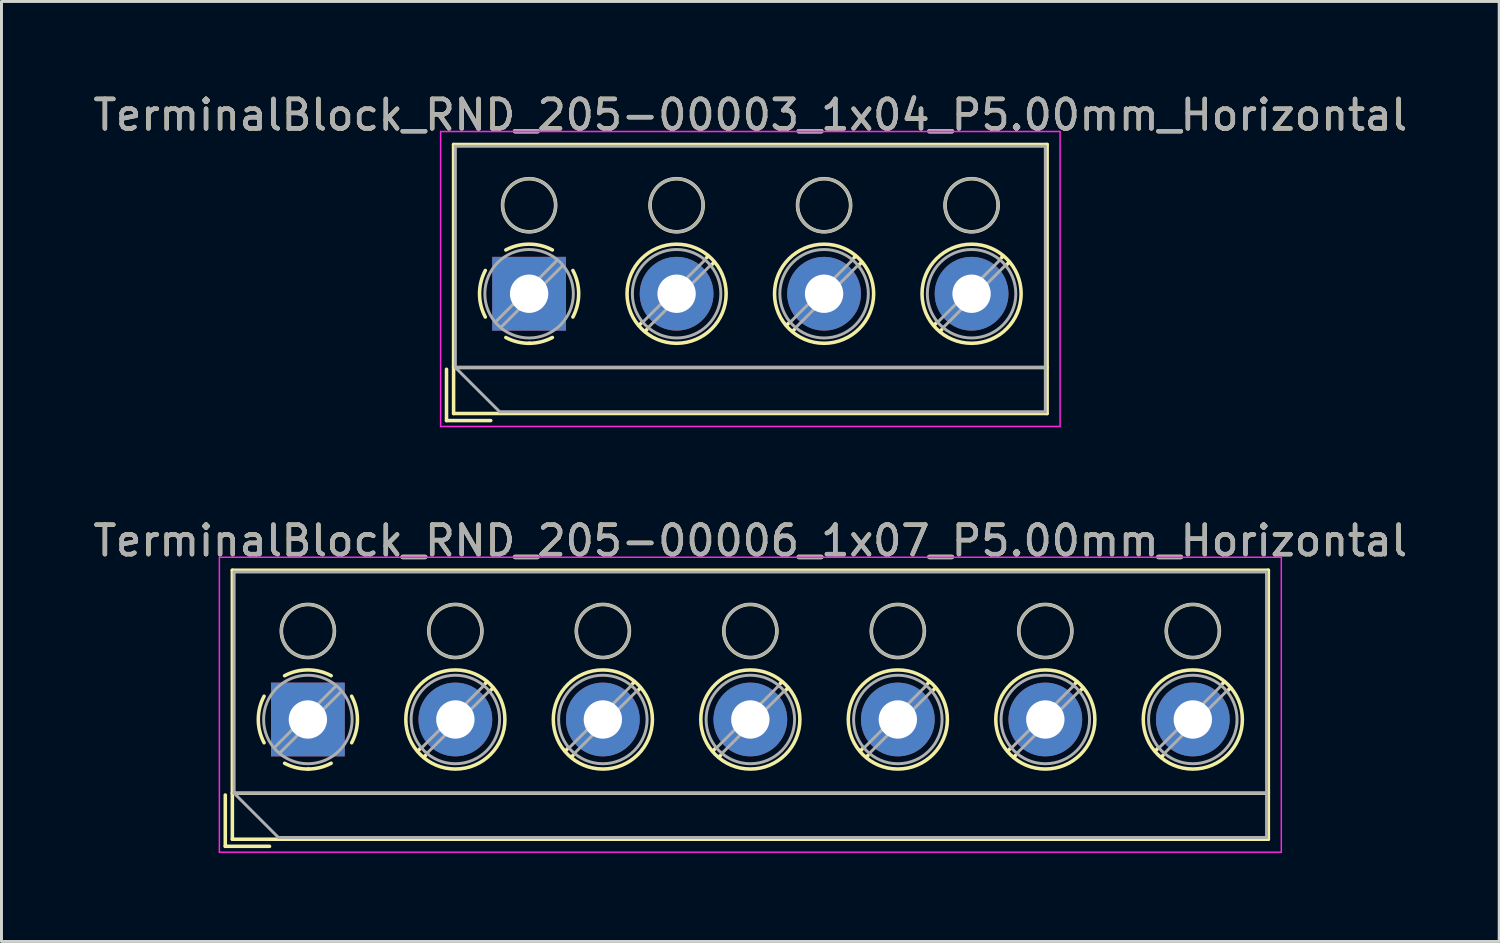
<source format=kicad_pcb>
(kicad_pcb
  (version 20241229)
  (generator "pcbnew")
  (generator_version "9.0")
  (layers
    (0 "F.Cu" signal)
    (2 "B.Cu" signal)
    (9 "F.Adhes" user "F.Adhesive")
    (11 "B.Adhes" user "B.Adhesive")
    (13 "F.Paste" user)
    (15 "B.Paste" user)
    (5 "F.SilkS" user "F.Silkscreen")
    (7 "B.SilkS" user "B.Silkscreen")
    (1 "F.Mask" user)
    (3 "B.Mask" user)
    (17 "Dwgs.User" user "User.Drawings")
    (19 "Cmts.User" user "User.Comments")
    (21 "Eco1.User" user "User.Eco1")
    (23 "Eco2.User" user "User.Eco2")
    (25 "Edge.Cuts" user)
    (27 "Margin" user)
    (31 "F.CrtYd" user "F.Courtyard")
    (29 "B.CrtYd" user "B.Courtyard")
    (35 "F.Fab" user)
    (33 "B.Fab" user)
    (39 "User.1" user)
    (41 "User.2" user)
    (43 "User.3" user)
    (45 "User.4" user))
  (footprint "TerminalBlock_RND_205-00003_1x04_P5.00mm_Horizontal"
    (layer "F.Cu")
    (at 14.887 6.908)
    (property "Reference" "TerminalBlock_RND_205-00003_1x04_P5.00mm_Horizontal" (at 7.5 -6.06 0) (layer "F.SilkS") (effects (font (size 1 1) (thickness 0.15))))
    (attr through_hole)
    (fp_line (start -2.8 2.56) (end -2.8 4.3) (stroke (width 0.12) (type solid)) (layer "F.SilkS"))
    (fp_line (start -2.8 4.3) (end -1.3 4.3) (stroke (width 0.12) (type solid)) (layer "F.SilkS"))
    (fp_line (start -2.56 -5.06) (end -2.56 4.06) (stroke (width 0.12) (type solid)) (layer "F.SilkS"))
    (fp_line (start -2.56 -5.06) (end 17.561 -5.06) (stroke (width 0.12) (type solid)) (layer "F.SilkS"))
    (fp_line (start -2.56 2.5) (end 17.561 2.5) (stroke (width 0.12) (type solid)) (layer "F.SilkS"))
    (fp_line (start -2.56 4.06) (end 17.561 4.06) (stroke (width 0.12) (type solid)) (layer "F.SilkS"))
    (fp_line (start 3.82 0.976) (end 3.726 1.069) (stroke (width 0.12) (type solid)) (layer "F.SilkS"))
    (fp_line (start 3.99 1.216) (end 3.931 1.274) (stroke (width 0.12) (type solid)) (layer "F.SilkS"))
    (fp_line (start 6.07 -1.275) (end 6.011 -1.216) (stroke (width 0.12) (type solid)) (layer "F.SilkS"))
    (fp_line (start 6.275 -1.069) (end 6.181 -0.976) (stroke (width 0.12) (type solid)) (layer "F.SilkS"))
    (fp_line (start 8.82 0.976) (end 8.726 1.069) (stroke (width 0.12) (type solid)) (layer "F.SilkS"))
    (fp_line (start 8.99 1.216) (end 8.931 1.274) (stroke (width 0.12) (type solid)) (layer "F.SilkS"))
    (fp_line (start 11.07 -1.275) (end 11.011 -1.216) (stroke (width 0.12) (type solid)) (layer "F.SilkS"))
    (fp_line (start 11.275 -1.069) (end 11.181 -0.976) (stroke (width 0.12) (type solid)) (layer "F.SilkS"))
    (fp_line (start 13.82 0.976) (end 13.726 1.069) (stroke (width 0.12) (type solid)) (layer "F.SilkS"))
    (fp_line (start 13.99 1.216) (end 13.931 1.274) (stroke (width 0.12) (type solid)) (layer "F.SilkS"))
    (fp_line (start 16.07 -1.275) (end 16.011 -1.216) (stroke (width 0.12) (type solid)) (layer "F.SilkS"))
    (fp_line (start 16.275 -1.069) (end 16.181 -0.976) (stroke (width 0.12) (type solid)) (layer "F.SilkS"))
    (fp_line (start 17.561 -5.06) (end 17.561 4.06) (stroke (width 0.12) (type solid)) (layer "F.SilkS"))
    (fp_arc (start -1.483953 0.789089) (mid -1.680708 0.00005) (end -1.484 -0.789) (stroke (width 0.12) (type solid)) (layer "F.SilkS"))
    (fp_arc (start -0.789089 -1.483953) (mid -0.00005 -1.680708) (end 0.789 -1.484) (stroke (width 0.12) (type solid)) (layer "F.SilkS"))
    (fp_arc (start 0.029383 1.68045) (mid -0.392304 1.634281) (end -0.789 1.484) (stroke (width 0.12) (type solid)) (layer "F.SilkS"))
    (fp_arc (start 0.788712 1.483352) (mid 0.406429 1.630097) (end 0 1.68) (stroke (width 0.12) (type solid)) (layer "F.SilkS"))
    (fp_arc (start 1.483953 -0.789089) (mid 1.680708 -0.00005) (end 1.484 0.789) (stroke (width 0.12) (type solid)) (layer "F.SilkS"))
    (fp_circle (center 0 -3) (end 0.9 -3) (stroke (width 0.12) (type solid)) (fill no) (layer "F.SilkS"))
    (fp_circle (center 5 -3) (end 5.9 -3) (stroke (width 0.12) (type solid)) (fill no) (layer "F.SilkS"))
    (fp_circle (center 5 0) (end 6.68 0) (stroke (width 0.12) (type solid)) (fill no) (layer "F.SilkS"))
    (fp_circle (center 10 -3) (end 10.9 -3) (stroke (width 0.12) (type solid)) (fill no) (layer "F.SilkS"))
    (fp_circle (center 10 0) (end 11.68 0) (stroke (width 0.12) (type solid)) (fill no) (layer "F.SilkS"))
    (fp_circle (center 15 -3) (end 15.9 -3) (stroke (width 0.12) (type solid)) (fill no) (layer "F.SilkS"))
    (fp_circle (center 15 0) (end 16.68 0) (stroke (width 0.12) (type solid)) (fill no) (layer "F.SilkS"))
    (fp_line (start -3 -5.5) (end -3 4.5) (stroke (width 0.05) (type solid)) (layer "F.CrtYd"))
    (fp_line (start -3 4.5) (end 18 4.5) (stroke (width 0.05) (type solid)) (layer "F.CrtYd"))
    (fp_line (start 18 -5.5) (end -3 -5.5) (stroke (width 0.05) (type solid)) (layer "F.CrtYd"))
    (fp_line (start 18 4.5) (end 18 -5.5) (stroke (width 0.05) (type solid)) (layer "F.CrtYd"))
    (fp_line (start -2.5 -5) (end 17.5 -5) (stroke (width 0.1) (type solid)) (layer "F.Fab"))
    (fp_line (start -2.5 2.5) (end -2.5 -5) (stroke (width 0.1) (type solid)) (layer "F.Fab"))
    (fp_line (start -2.5 2.5) (end 17.5 2.5) (stroke (width 0.1) (type solid)) (layer "F.Fab"))
    (fp_line (start -1 4) (end -2.5 2.5) (stroke (width 0.1) (type solid)) (layer "F.Fab"))
    (fp_line (start 0.955 -1.138) (end -1.138 0.955) (stroke (width 0.1) (type solid)) (layer "F.Fab"))
    (fp_line (start 1.138 -0.955) (end -0.955 1.138) (stroke (width 0.1) (type solid)) (layer "F.Fab"))
    (fp_line (start 5.955 -1.138) (end 3.863 0.955) (stroke (width 0.1) (type solid)) (layer "F.Fab"))
    (fp_line (start 6.138 -0.955) (end 4.046 1.138) (stroke (width 0.1) (type solid)) (layer "F.Fab"))
    (fp_line (start 10.955 -1.138) (end 8.863 0.955) (stroke (width 0.1) (type solid)) (layer "F.Fab"))
    (fp_line (start 11.138 -0.955) (end 9.046 1.138) (stroke (width 0.1) (type solid)) (layer "F.Fab"))
    (fp_line (start 15.955 -1.138) (end 13.863 0.955) (stroke (width 0.1) (type solid)) (layer "F.Fab"))
    (fp_line (start 16.138 -0.955) (end 14.046 1.138) (stroke (width 0.1) (type solid)) (layer "F.Fab"))
    (fp_line (start 17.5 -5) (end 17.5 4) (stroke (width 0.1) (type solid)) (layer "F.Fab"))
    (fp_line (start 17.5 4) (end -1 4) (stroke (width 0.1) (type solid)) (layer "F.Fab"))
    (fp_circle (center 0 -3) (end 0.9 -3) (stroke (width 0.1) (type solid)) (fill no) (layer "F.Fab"))
    (fp_circle (center 0 0) (end 1.5 0) (stroke (width 0.1) (type solid)) (fill no) (layer "F.Fab"))
    (fp_circle (center 5 -3) (end 5.9 -3) (stroke (width 0.1) (type solid)) (fill no) (layer "F.Fab"))
    (fp_circle (center 5 0) (end 6.5 0) (stroke (width 0.1) (type solid)) (fill no) (layer "F.Fab"))
    (fp_circle (center 10 -3) (end 10.9 -3) (stroke (width 0.1) (type solid)) (fill no) (layer "F.Fab"))
    (fp_circle (center 10 0) (end 11.5 0) (stroke (width 0.1) (type solid)) (fill no) (layer "F.Fab"))
    (fp_circle (center 15 -3) (end 15.9 -3) (stroke (width 0.1) (type solid)) (fill no) (layer "F.Fab"))
    (fp_circle (center 15 0) (end 16.5 0) (stroke (width 0.1) (type solid)) (fill no) (layer "F.Fab"))
    (fp_text user "${REFERENCE}" (at 7.5 -6.06 0) (layer "F.Fab") (effects (font (size 1 1) (thickness 0.15))))
    (pad "1" thru_hole rect (at 0 0) (size 2.5 2.5) (drill 1.3) (layers "*.Cu" "*.Mask"))
    (pad "2" thru_hole circle (at 5 0) (size 2.5 2.5) (drill 1.3) (layers "*.Cu" "*.Mask"))
    (pad "3" thru_hole circle (at 10 0) (size 2.5 2.5) (drill 1.3) (layers "*.Cu" "*.Mask"))
    (pad "4" thru_hole circle (at 15 0) (size 2.5 2.5) (drill 1.3) (layers "*.Cu" "*.Mask")))
  (footprint "TerminalBlock_RND_205-00006_1x07_P5.00mm_Horizontal"
    (layer "F.Cu")
    (at 7.387 21.341)
    (property "Reference" "TerminalBlock_RND_205-00006_1x07_P5.00mm_Horizontal" (at 15 -6.06 0) (layer "F.SilkS") (effects (font (size 1 1) (thickness 0.15))))
    (attr through_hole)
    (fp_line (start -2.8 2.56) (end -2.8 4.3) (stroke (width 0.12) (type solid)) (layer "F.SilkS"))
    (fp_line (start -2.8 4.3) (end -1.3 4.3) (stroke (width 0.12) (type solid)) (layer "F.SilkS"))
    (fp_line (start -2.56 -5.06) (end -2.56 4.06) (stroke (width 0.12) (type solid)) (layer "F.SilkS"))
    (fp_line (start -2.56 -5.06) (end 32.56 -5.06) (stroke (width 0.12) (type solid)) (layer "F.SilkS"))
    (fp_line (start -2.56 2.5) (end 32.56 2.5) (stroke (width 0.12) (type solid)) (layer "F.SilkS"))
    (fp_line (start -2.56 4.06) (end 32.56 4.06) (stroke (width 0.12) (type solid)) (layer "F.SilkS"))
    (fp_line (start 3.82 0.976) (end 3.726 1.069) (stroke (width 0.12) (type solid)) (layer "F.SilkS"))
    (fp_line (start 3.99 1.216) (end 3.931 1.274) (stroke (width 0.12) (type solid)) (layer "F.SilkS"))
    (fp_line (start 6.07 -1.275) (end 6.011 -1.216) (stroke (width 0.12) (type solid)) (layer "F.SilkS"))
    (fp_line (start 6.275 -1.069) (end 6.181 -0.976) (stroke (width 0.12) (type solid)) (layer "F.SilkS"))
    (fp_line (start 8.82 0.976) (end 8.726 1.069) (stroke (width 0.12) (type solid)) (layer "F.SilkS"))
    (fp_line (start 8.99 1.216) (end 8.931 1.274) (stroke (width 0.12) (type solid)) (layer "F.SilkS"))
    (fp_line (start 11.07 -1.275) (end 11.011 -1.216) (stroke (width 0.12) (type solid)) (layer "F.SilkS"))
    (fp_line (start 11.275 -1.069) (end 11.181 -0.976) (stroke (width 0.12) (type solid)) (layer "F.SilkS"))
    (fp_line (start 13.82 0.976) (end 13.726 1.069) (stroke (width 0.12) (type solid)) (layer "F.SilkS"))
    (fp_line (start 13.99 1.216) (end 13.931 1.274) (stroke (width 0.12) (type solid)) (layer "F.SilkS"))
    (fp_line (start 16.07 -1.275) (end 16.011 -1.216) (stroke (width 0.12) (type solid)) (layer "F.SilkS"))
    (fp_line (start 16.275 -1.069) (end 16.181 -0.976) (stroke (width 0.12) (type solid)) (layer "F.SilkS"))
    (fp_line (start 18.82 0.976) (end 18.726 1.069) (stroke (width 0.12) (type solid)) (layer "F.SilkS"))
    (fp_line (start 18.99 1.216) (end 18.931 1.274) (stroke (width 0.12) (type solid)) (layer "F.SilkS"))
    (fp_line (start 21.07 -1.275) (end 21.011 -1.216) (stroke (width 0.12) (type solid)) (layer "F.SilkS"))
    (fp_line (start 21.275 -1.069) (end 21.181 -0.976) (stroke (width 0.12) (type solid)) (layer "F.SilkS"))
    (fp_line (start 23.82 0.976) (end 23.726 1.069) (stroke (width 0.12) (type solid)) (layer "F.SilkS"))
    (fp_line (start 23.99 1.216) (end 23.931 1.274) (stroke (width 0.12) (type solid)) (layer "F.SilkS"))
    (fp_line (start 26.07 -1.275) (end 26.011 -1.216) (stroke (width 0.12) (type solid)) (layer "F.SilkS"))
    (fp_line (start 26.275 -1.069) (end 26.181 -0.976) (stroke (width 0.12) (type solid)) (layer "F.SilkS"))
    (fp_line (start 28.82 0.976) (end 28.726 1.069) (stroke (width 0.12) (type solid)) (layer "F.SilkS"))
    (fp_line (start 28.99 1.216) (end 28.931 1.274) (stroke (width 0.12) (type solid)) (layer "F.SilkS"))
    (fp_line (start 31.07 -1.275) (end 31.011 -1.216) (stroke (width 0.12) (type solid)) (layer "F.SilkS"))
    (fp_line (start 31.275 -1.069) (end 31.181 -0.976) (stroke (width 0.12) (type solid)) (layer "F.SilkS"))
    (fp_line (start 32.56 -5.06) (end 32.56 4.06) (stroke (width 0.12) (type solid)) (layer "F.SilkS"))
    (fp_arc (start -1.483953 0.789089) (mid -1.680708 0.00005) (end -1.484 -0.789) (stroke (width 0.12) (type solid)) (layer "F.SilkS"))
    (fp_arc (start -0.789089 -1.483953) (mid -0.00005 -1.680708) (end 0.789 -1.484) (stroke (width 0.12) (type solid)) (layer "F.SilkS"))
    (fp_arc (start 0.029383 1.68045) (mid -0.392304 1.634281) (end -0.789 1.484) (stroke (width 0.12) (type solid)) (layer "F.SilkS"))
    (fp_arc (start 0.788712 1.483352) (mid 0.406429 1.630097) (end 0 1.68) (stroke (width 0.12) (type solid)) (layer "F.SilkS"))
    (fp_arc (start 1.483953 -0.789089) (mid 1.680708 -0.00005) (end 1.484 0.789) (stroke (width 0.12) (type solid)) (layer "F.SilkS"))
    (fp_circle (center 0 -3) (end 0.9 -3) (stroke (width 0.12) (type solid)) (fill no) (layer "F.SilkS"))
    (fp_circle (center 5 -3) (end 5.9 -3) (stroke (width 0.12) (type solid)) (fill no) (layer "F.SilkS"))
    (fp_circle (center 5 0) (end 6.68 0) (stroke (width 0.12) (type solid)) (fill no) (layer "F.SilkS"))
    (fp_circle (center 10 -3) (end 10.9 -3) (stroke (width 0.12) (type solid)) (fill no) (layer "F.SilkS"))
    (fp_circle (center 10 0) (end 11.68 0) (stroke (width 0.12) (type solid)) (fill no) (layer "F.SilkS"))
    (fp_circle (center 15 -3) (end 15.9 -3) (stroke (width 0.12) (type solid)) (fill no) (layer "F.SilkS"))
    (fp_circle (center 15 0) (end 16.68 0) (stroke (width 0.12) (type solid)) (fill no) (layer "F.SilkS"))
    (fp_circle (center 20 -3) (end 20.9 -3) (stroke (width 0.12) (type solid)) (fill no) (layer "F.SilkS"))
    (fp_circle (center 20 0) (end 21.68 0) (stroke (width 0.12) (type solid)) (fill no) (layer "F.SilkS"))
    (fp_circle (center 25 -3) (end 25.9 -3) (stroke (width 0.12) (type solid)) (fill no) (layer "F.SilkS"))
    (fp_circle (center 25 0) (end 26.68 0) (stroke (width 0.12) (type solid)) (fill no) (layer "F.SilkS"))
    (fp_circle (center 30 -3) (end 30.9 -3) (stroke (width 0.12) (type solid)) (fill no) (layer "F.SilkS"))
    (fp_circle (center 30 0) (end 31.68 0) (stroke (width 0.12) (type solid)) (fill no) (layer "F.SilkS"))
    (fp_line (start -3 -5.5) (end -3 4.5) (stroke (width 0.05) (type solid)) (layer "F.CrtYd"))
    (fp_line (start -3 4.5) (end 33 4.5) (stroke (width 0.05) (type solid)) (layer "F.CrtYd"))
    (fp_line (start 33 -5.5) (end -3 -5.5) (stroke (width 0.05) (type solid)) (layer "F.CrtYd"))
    (fp_line (start 33 4.5) (end 33 -5.5) (stroke (width 0.05) (type solid)) (layer "F.CrtYd"))
    (fp_line (start -2.5 -5) (end 32.5 -5) (stroke (width 0.1) (type solid)) (layer "F.Fab"))
    (fp_line (start -2.5 2.5) (end -2.5 -5) (stroke (width 0.1) (type solid)) (layer "F.Fab"))
    (fp_line (start -2.5 2.5) (end 32.5 2.5) (stroke (width 0.1) (type solid)) (layer "F.Fab"))
    (fp_line (start -1 4) (end -2.5 2.5) (stroke (width 0.1) (type solid)) (layer "F.Fab"))
    (fp_line (start 0.955 -1.138) (end -1.138 0.955) (stroke (width 0.1) (type solid)) (layer "F.Fab"))
    (fp_line (start 1.138 -0.955) (end -0.955 1.138) (stroke (width 0.1) (type solid)) (layer "F.Fab"))
    (fp_line (start 5.955 -1.138) (end 3.863 0.955) (stroke (width 0.1) (type solid)) (layer "F.Fab"))
    (fp_line (start 6.138 -0.955) (end 4.046 1.138) (stroke (width 0.1) (type solid)) (layer "F.Fab"))
    (fp_line (start 10.955 -1.138) (end 8.863 0.955) (stroke (width 0.1) (type solid)) (layer "F.Fab"))
    (fp_line (start 11.138 -0.955) (end 9.046 1.138) (stroke (width 0.1) (type solid)) (layer "F.Fab"))
    (fp_line (start 15.955 -1.138) (end 13.863 0.955) (stroke (width 0.1) (type solid)) (layer "F.Fab"))
    (fp_line (start 16.138 -0.955) (end 14.046 1.138) (stroke (width 0.1) (type solid)) (layer "F.Fab"))
    (fp_line (start 20.955 -1.138) (end 18.863 0.955) (stroke (width 0.1) (type solid)) (layer "F.Fab"))
    (fp_line (start 21.138 -0.955) (end 19.046 1.138) (stroke (width 0.1) (type solid)) (layer "F.Fab"))
    (fp_line (start 25.955 -1.138) (end 23.863 0.955) (stroke (width 0.1) (type solid)) (layer "F.Fab"))
    (fp_line (start 26.138 -0.955) (end 24.046 1.138) (stroke (width 0.1) (type solid)) (layer "F.Fab"))
    (fp_line (start 30.955 -1.138) (end 28.863 0.955) (stroke (width 0.1) (type solid)) (layer "F.Fab"))
    (fp_line (start 31.138 -0.955) (end 29.046 1.138) (stroke (width 0.1) (type solid)) (layer "F.Fab"))
    (fp_line (start 32.5 -5) (end 32.5 4) (stroke (width 0.1) (type solid)) (layer "F.Fab"))
    (fp_line (start 32.5 4) (end -1 4) (stroke (width 0.1) (type solid)) (layer "F.Fab"))
    (fp_circle (center 0 -3) (end 0.9 -3) (stroke (width 0.1) (type solid)) (fill no) (layer "F.Fab"))
    (fp_circle (center 0 0) (end 1.5 0) (stroke (width 0.1) (type solid)) (fill no) (layer "F.Fab"))
    (fp_circle (center 5 -3) (end 5.9 -3) (stroke (width 0.1) (type solid)) (fill no) (layer "F.Fab"))
    (fp_circle (center 5 0) (end 6.5 0) (stroke (width 0.1) (type solid)) (fill no) (layer "F.Fab"))
    (fp_circle (center 10 -3) (end 10.9 -3) (stroke (width 0.1) (type solid)) (fill no) (layer "F.Fab"))
    (fp_circle (center 10 0) (end 11.5 0) (stroke (width 0.1) (type solid)) (fill no) (layer "F.Fab"))
    (fp_circle (center 15 -3) (end 15.9 -3) (stroke (width 0.1) (type solid)) (fill no) (layer "F.Fab"))
    (fp_circle (center 15 0) (end 16.5 0) (stroke (width 0.1) (type solid)) (fill no) (layer "F.Fab"))
    (fp_circle (center 20 -3) (end 20.9 -3) (stroke (width 0.1) (type solid)) (fill no) (layer "F.Fab"))
    (fp_circle (center 20 0) (end 21.5 0) (stroke (width 0.1) (type solid)) (fill no) (layer "F.Fab"))
    (fp_circle (center 25 -3) (end 25.9 -3) (stroke (width 0.1) (type solid)) (fill no) (layer "F.Fab"))
    (fp_circle (center 25 0) (end 26.5 0) (stroke (width 0.1) (type solid)) (fill no) (layer "F.Fab"))
    (fp_circle (center 30 -3) (end 30.9 -3) (stroke (width 0.1) (type solid)) (fill no) (layer "F.Fab"))
    (fp_circle (center 30 0) (end 31.5 0) (stroke (width 0.1) (type solid)) (fill no) (layer "F.Fab"))
    (fp_text user "${REFERENCE}" (at 15 -6.06 0) (layer "F.Fab") (effects (font (size 1 1) (thickness 0.15))))
    (pad "1" thru_hole rect (at 0 0) (size 2.5 2.5) (drill 1.3) (layers "*.Cu" "*.Mask"))
    (pad "2" thru_hole circle (at 5 0) (size 2.5 2.5) (drill 1.3) (layers "*.Cu" "*.Mask"))
    (pad "3" thru_hole circle (at 10 0) (size 2.5 2.5) (drill 1.3) (layers "*.Cu" "*.Mask"))
    (pad "4" thru_hole circle (at 15 0) (size 2.5 2.5) (drill 1.3) (layers "*.Cu" "*.Mask"))
    (pad "5" thru_hole circle (at 20 0) (size 2.5 2.5) (drill 1.3) (layers "*.Cu" "*.Mask"))
    (pad "6" thru_hole circle (at 25 0) (size 2.5 2.5) (drill 1.3) (layers "*.Cu" "*.Mask"))
    (pad "7" thru_hole circle (at 30 0) (size 2.5 2.5) (drill 1.3) (layers "*.Cu" "*.Mask")))
  (gr_rect
    (start -3 -3)
    (end 47.774 28.866)
    (stroke (width 0.1) (type default))
    (fill no)
    (layer "Edge.Cuts")))
</source>
